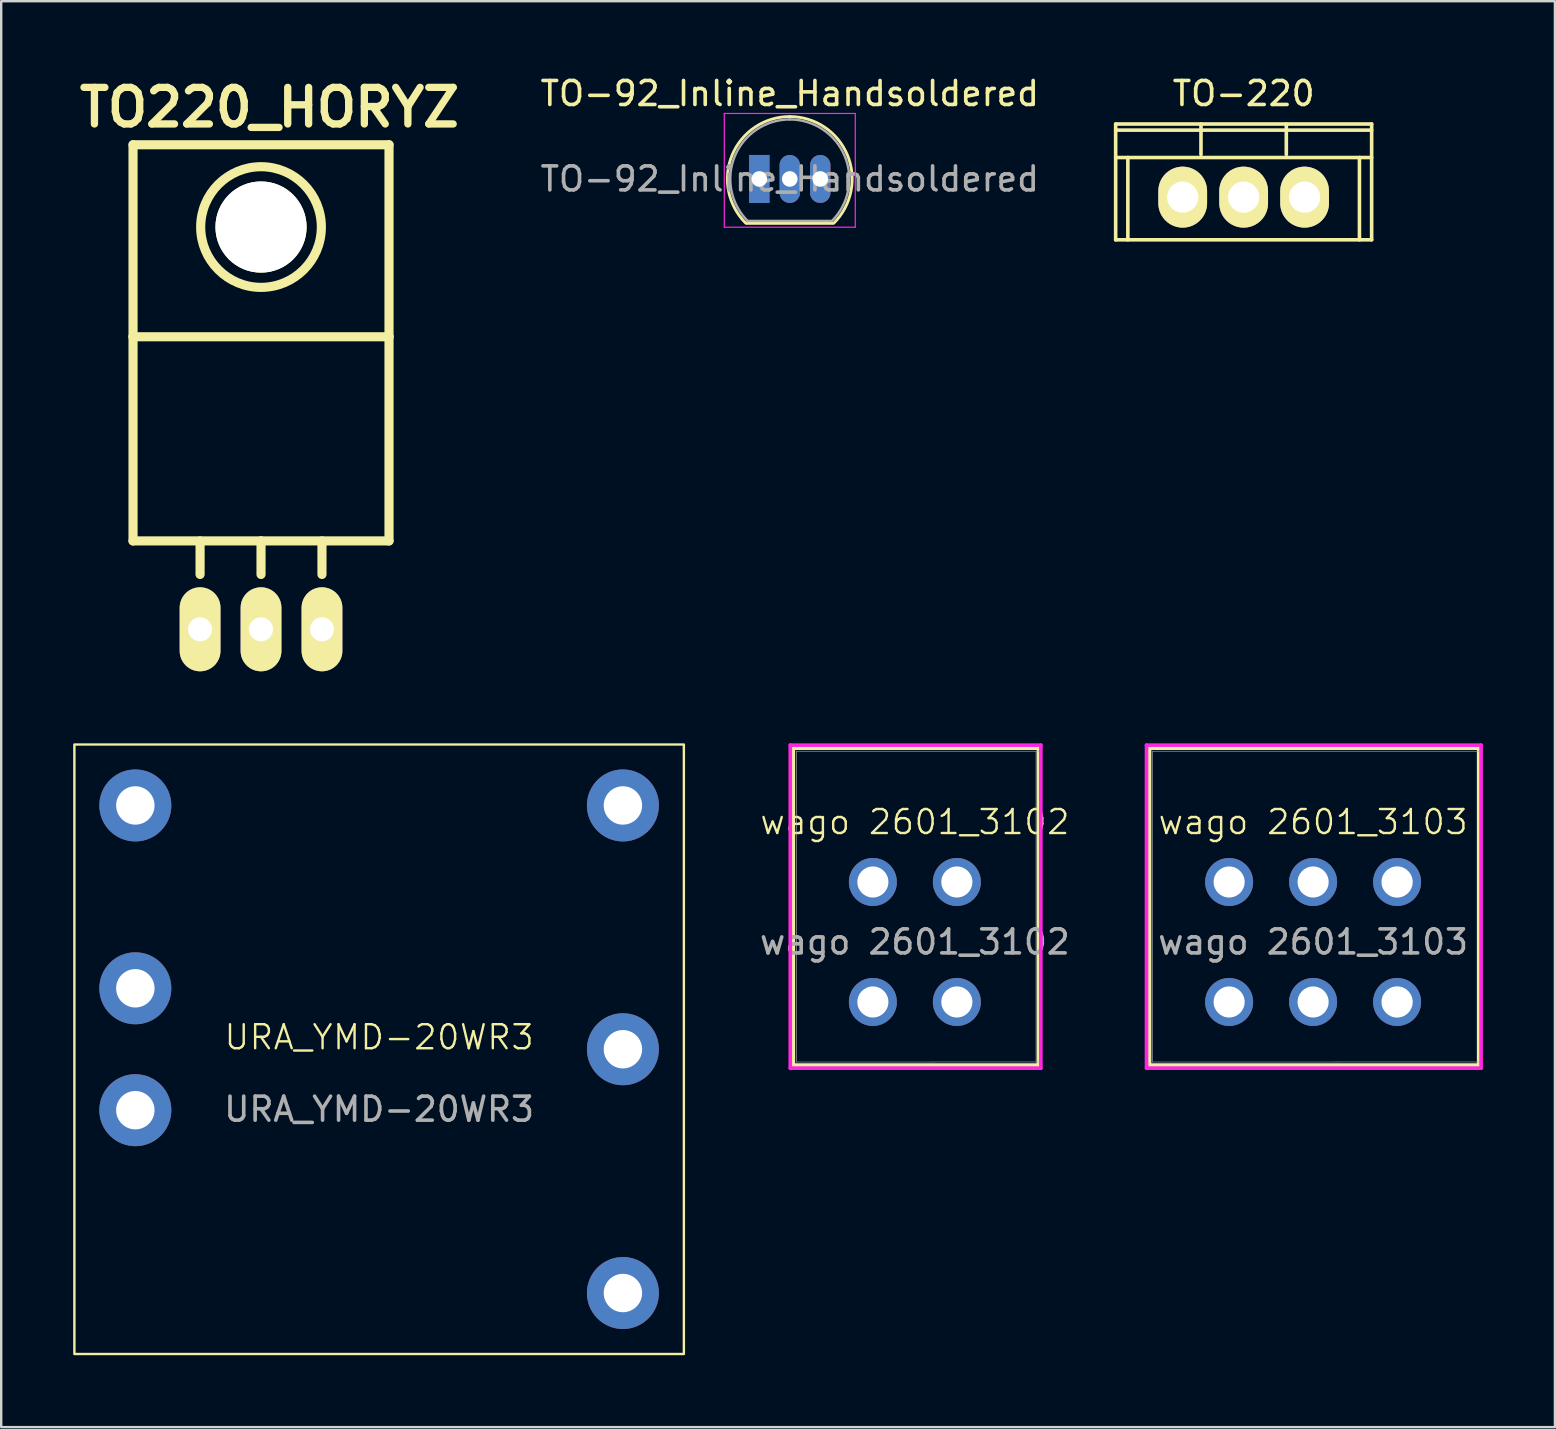
<source format=kicad_pcb>
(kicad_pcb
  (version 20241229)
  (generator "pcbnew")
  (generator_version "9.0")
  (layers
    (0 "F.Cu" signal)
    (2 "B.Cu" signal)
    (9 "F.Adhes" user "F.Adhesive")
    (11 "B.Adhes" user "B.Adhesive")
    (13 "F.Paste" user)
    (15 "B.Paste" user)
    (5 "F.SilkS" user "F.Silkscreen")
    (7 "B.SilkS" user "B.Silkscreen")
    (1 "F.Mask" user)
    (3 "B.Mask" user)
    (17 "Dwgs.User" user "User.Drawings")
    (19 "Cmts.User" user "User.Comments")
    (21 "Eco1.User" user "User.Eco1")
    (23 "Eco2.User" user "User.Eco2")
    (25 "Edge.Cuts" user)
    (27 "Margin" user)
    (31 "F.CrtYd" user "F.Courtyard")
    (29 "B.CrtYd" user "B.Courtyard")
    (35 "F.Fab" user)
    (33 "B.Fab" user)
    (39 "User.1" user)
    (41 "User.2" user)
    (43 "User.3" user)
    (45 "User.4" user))
  (footprint "wago 2601_3103"
    (layer "F.Cu")
    (at 51.674 38.707)
    (property "Reference" "wago 2601_3103" (at 0 -7.5 0) (unlocked yes) (layer "F.SilkS") (effects (font (size 1 1) (thickness 0.1))))
    (attr through_hole)
    (fp_line (start -6.816 -10.577) (end -6.816 2.631) (stroke (width 0.152) (type solid)) (layer "F.SilkS"))
    (fp_line (start -6.816 2.631) (end 6.9 2.631) (stroke (width 0.152) (type solid)) (layer "F.SilkS"))
    (fp_line (start 6.9 -10.577) (end -6.816 -10.577) (stroke (width 0.152) (type solid)) (layer "F.SilkS"))
    (fp_line (start 6.9 2.631) (end 6.9 -10.577) (stroke (width 0.152) (type solid)) (layer "F.SilkS"))
    (fp_line (start -6.943 -10.704) (end -6.943 2.758) (stroke (width 0.152) (type solid)) (layer "F.CrtYd"))
    (fp_line (start -6.943 2.758) (end 7 2.758) (stroke (width 0.152) (type solid)) (layer "F.CrtYd"))
    (fp_line (start 7 -10.704) (end -6.943 -10.704) (stroke (width 0.152) (type solid)) (layer "F.CrtYd"))
    (fp_line (start 7 2.758) (end 7 -10.704) (stroke (width 0.152) (type solid)) (layer "F.CrtYd"))
    (fp_line (start -6.689 -10.45) (end -6.689 2.504) (stroke (width 0.025) (type solid)) (layer "F.Fab"))
    (fp_line (start -6.689 2.504) (end 7 2.5) (stroke (width 0.025) (type solid)) (layer "F.Fab"))
    (fp_line (start 7 -10.45) (end -6.689 -10.45) (stroke (width 0.025) (type solid)) (layer "F.Fab"))
    (fp_line (start 7 2.5) (end 7 -10.45) (stroke (width 0.025) (type solid)) (layer "F.Fab"))
    (fp_text user "${REFERENCE}" (at 0 -2.5 0) (unlocked yes) (layer "F.Fab") (effects (font (size 1 1) (thickness 0.15))))
    (pad "1" thru_hole circle (at -3.5 -5) (size 2 2) (drill 1.295) (layers "*.Cu" "*.Mask"))
    (pad "1" thru_hole circle (at -3.5 0) (size 2 2) (drill 1.295) (layers "*.Cu" "*.Mask"))
    (pad "2" thru_hole circle (at 0 -5) (size 2 2) (drill 1.295) (layers "*.Cu" "*.Mask"))
    (pad "2" thru_hole circle (at 0 0) (size 2 2) (drill 1.295) (layers "*.Cu" "*.Mask"))
    (pad "3" thru_hole circle (at 3.5 -5) (size 2 2) (drill 1.3) (layers "*.Cu" "*.Mask"))
    (pad "3" thru_hole circle (at 3.5 0) (size 2 2) (drill 1.3) (layers "*.Cu" "*.Mask")))
  (footprint "TO-220"
    (layer "F.Cu")
    (at 48.779 5.166)
    (property "Reference" "TO-220" (at 0 -4.318 0) (layer "F.SilkS") (effects (font (size 1 1) (thickness 0.15))))
    (attr through_hole)
    (fp_line (start -5.334 -3.048) (end -5.334 1.778) (stroke (width 0.15) (type solid)) (layer "F.SilkS"))
    (fp_line (start -5.334 -1.651) (end 5.334 -1.651) (stroke (width 0.15) (type solid)) (layer "F.SilkS"))
    (fp_line (start -4.826 -1.651) (end -4.826 1.778) (stroke (width 0.15) (type solid)) (layer "F.SilkS"))
    (fp_line (start -1.778 -1.778) (end -1.778 -3.048) (stroke (width 0.15) (type solid)) (layer "F.SilkS"))
    (fp_line (start 1.778 -1.778) (end 1.778 -3.048) (stroke (width 0.15) (type solid)) (layer "F.SilkS"))
    (fp_line (start 4.826 -1.651) (end 4.826 1.778) (stroke (width 0.15) (type solid)) (layer "F.SilkS"))
    (fp_line (start 5.334 -3.048) (end -5.334 -3.048) (stroke (width 0.15) (type solid)) (layer "F.SilkS"))
    (fp_line (start 5.334 -3.048) (end 5.334 1.778) (stroke (width 0.15) (type solid)) (layer "F.SilkS"))
    (fp_line (start 5.334 -2.794) (end -5.334 -2.794) (stroke (width 0.15) (type solid)) (layer "F.SilkS"))
    (fp_line (start 5.334 1.778) (end -5.334 1.778) (stroke (width 0.15) (type solid)) (layer "F.SilkS"))
    (pad "1" thru_hole oval (at -2.54 0) (size 2.032 2.54) (drill 1.3) (layers "*.Cu" "*.Mask" "F.SilkS"))
    (pad "2" thru_hole oval (at 0 0) (size 2.032 2.54) (drill 1.3) (layers "*.Cu" "*.Mask" "F.SilkS"))
    (pad "3" thru_hole oval (at 2.54 0) (size 2.032 2.54) (drill 1.3) (layers "*.Cu" "*.Mask" "F.SilkS")))
  (footprint "TO-92_Inline_Handsoldered"
    (layer "F.Cu")
    (at 28.594 4.408)
    (property "Reference" "TO-92_Inline_Handsoldered" (at 1.27 -3.56 0) (layer "F.SilkS") (effects (font (size 1 1) (thickness 0.15))))
    (attr through_hole)
    (fp_line (start -0.53 1.85) (end 3.07 1.85) (stroke (width 0.12) (type solid)) (layer "F.SilkS"))
    (fp_arc (start -0.568478 1.838478) (mid -1.132087 -0.994977) (end 1.27 -2.6) (stroke (width 0.12) (type solid)) (layer "F.SilkS"))
    (fp_arc (start 1.27 -2.6) (mid 3.672087 -0.994977) (end 3.108478 1.838478) (stroke (width 0.12) (type solid)) (layer "F.SilkS"))
    (fp_line (start -1.46 -2.73) (end -1.46 2.01) (stroke (width 0.05) (type solid)) (layer "F.CrtYd"))
    (fp_line (start -1.46 -2.73) (end 4 -2.73) (stroke (width 0.05) (type solid)) (layer "F.CrtYd"))
    (fp_line (start 4 2.01) (end -1.46 2.01) (stroke (width 0.05) (type solid)) (layer "F.CrtYd"))
    (fp_line (start 4 2.01) (end 4 -2.73) (stroke (width 0.05) (type solid)) (layer "F.CrtYd"))
    (fp_line (start -0.5 1.75) (end 3 1.75) (stroke (width 0.1) (type solid)) (layer "F.Fab"))
    (fp_arc (start -0.483625 1.753625) (mid -1.021221 -0.949055) (end 1.27 -2.48) (stroke (width 0.1) (type solid)) (layer "F.Fab"))
    (fp_arc (start 1.27 -2.48) (mid 3.561221 -0.949055) (end 3.023625 1.753625) (stroke (width 0.1) (type solid)) (layer "F.Fab"))
    (fp_text user "${REFERENCE}" (at 1.27 0 0) (layer "F.Fab") (effects (font (size 1 1) (thickness 0.15))))
    (pad "1" thru_hole rect (at 0 0) (size 0.85 2) (drill 0.65) (layers "*.Cu" "*.Mask"))
    (pad "2" thru_hole oval (at 1.27 0) (size 0.85 2) (drill 0.65) (layers "*.Cu" "*.Mask"))
    (pad "3" thru_hole oval (at 2.54 0) (size 0.85 2) (drill 0.65) (layers "*.Cu" "*.Mask")))
  (footprint "TO220_HORYZ"
    (layer "F.Cu")
    (at 7.828 23.176)
    (property "Reference" "TO220_HORYZ" (at 0.351 -21.75 0) (layer "F.SilkS") (effects (font (size 1.524 1.524) (thickness 0.305))))
    (attr through_hole)
    (fp_line (start -5.334 -20.193) (end -5.334 -12.192) (stroke (width 0.381) (type solid)) (layer "F.SilkS"))
    (fp_line (start -5.334 -12.192) (end -5.334 -3.683) (stroke (width 0.381) (type solid)) (layer "F.SilkS"))
    (fp_line (start -2.54 -3.683) (end -2.54 -2.286) (stroke (width 0.381) (type solid)) (layer "F.SilkS"))
    (fp_line (start 0 -3.683) (end -5.334 -3.683) (stroke (width 0.381) (type solid)) (layer "F.SilkS"))
    (fp_line (start 0 -3.683) (end 0 -2.286) (stroke (width 0.381) (type solid)) (layer "F.SilkS"))
    (fp_line (start 0 -3.683) (end 5.334 -3.683) (stroke (width 0.381) (type solid)) (layer "F.SilkS"))
    (fp_line (start 2.54 -3.683) (end 2.54 -2.286) (stroke (width 0.381) (type solid)) (layer "F.SilkS"))
    (fp_line (start 5.334 -20.193) (end -5.334 -20.193) (stroke (width 0.381) (type solid)) (layer "F.SilkS"))
    (fp_line (start 5.334 -12.192) (end -5.334 -12.192) (stroke (width 0.381) (type solid)) (layer "F.SilkS"))
    (fp_line (start 5.334 -12.192) (end 5.334 -20.193) (stroke (width 0.381) (type solid)) (layer "F.SilkS"))
    (fp_line (start 5.334 -3.683) (end 5.334 -12.192) (stroke (width 0.381) (type solid)) (layer "F.SilkS"))
    (fp_circle (center 0 -16.764) (end 1.778 -14.986) (stroke (width 0.381) (type solid)) (fill no) (layer "F.SilkS"))
    (pad "" np_thru_hole circle (at 0 -16.764 90) (size 3.8 3.8) (drill 3.8) (layers "*.Cu" "*.Mask" "F.SilkS"))
    (pad "1" thru_hole oval (at -2.54 0 90) (size 3.5 1.699) (drill 1.001) (layers "*.Cu" "*.Mask" "F.SilkS"))
    (pad "2" thru_hole oval (at 0 0 90) (size 3.5 1.699) (drill 1.001) (layers "*.Cu" "*.Mask" "F.SilkS"))
    (pad "3" thru_hole oval (at 2.54 0 90) (size 3.5 1.699) (drill 1.001) (layers "*.Cu" "*.Mask" "F.SilkS")))
  (footprint "URA_YMD-20WR3"
    (layer "F.Cu")
    (at 12.75 40.677)
    (property "Reference" "URA_YMD-20WR3" (at 0 -0.5 0) (unlocked yes) (layer "F.SilkS") (effects (font (size 1 1) (thickness 0.1))))
    (attr through_hole)
    (fp_rect (start -12.7 -12.7) (end 12.7 12.7) (stroke (width 0.1) (type default)) (fill no) (layer "F.SilkS"))
    (fp_text user "${REFERENCE}" (at 0 2.5 0) (unlocked yes) (layer "F.Fab") (effects (font (size 1 1) (thickness 0.15))))
    (pad "1" thru_hole circle (at -10.16 -10.16) (size 3 3) (drill 1.6) (layers "*.Cu" "*.Mask"))
    (pad "2" thru_hole circle (at -10.16 -2.54) (size 3 3) (drill 1.6) (layers "*.Cu" "*.Mask"))
    (pad "3" thru_hole circle (at -10.16 2.54) (size 3 3) (drill 1.6) (layers "*.Cu" "*.Mask"))
    (pad "4" thru_hole circle (at 10.16 -10.16) (size 3 3) (drill 1.6) (layers "*.Cu" "*.Mask"))
    (pad "5" thru_hole circle (at 10.16 0) (size 3 3) (drill 1.6) (layers "*.Cu" "*.Mask"))
    (pad "6" thru_hole circle (at 10.16 10.16) (size 3 3) (drill 1.6) (layers "*.Cu" "*.Mask")))
  (footprint "wago 2601_3102"
    (layer "F.Cu")
    (at 35.077 38.707)
    (property "Reference" "wago 2601_3102" (at 0 -7.5 0) (unlocked yes) (layer "F.SilkS") (effects (font (size 1 1) (thickness 0.1))))
    (attr through_hole)
    (fp_line (start -5.066 -10.577) (end -5.066 2.631) (stroke (width 0.152) (type solid)) (layer "F.SilkS"))
    (fp_line (start -5.066 2.631) (end 5.15 2.631) (stroke (width 0.152) (type solid)) (layer "F.SilkS"))
    (fp_line (start 5.15 -10.577) (end -5.066 -10.577) (stroke (width 0.152) (type solid)) (layer "F.SilkS"))
    (fp_line (start 5.15 2.631) (end 5.15 -10.577) (stroke (width 0.152) (type solid)) (layer "F.SilkS"))
    (fp_line (start -5.193 -10.704) (end -5.193 2.758) (stroke (width 0.152) (type solid)) (layer "F.CrtYd"))
    (fp_line (start -5.193 2.758) (end 5.25 2.758) (stroke (width 0.152) (type solid)) (layer "F.CrtYd"))
    (fp_line (start 5.25 -10.704) (end -5.193 -10.704) (stroke (width 0.152) (type solid)) (layer "F.CrtYd"))
    (fp_line (start 5.25 2.758) (end 5.25 -10.704) (stroke (width 0.152) (type solid)) (layer "F.CrtYd"))
    (fp_line (start -4.939 -10.45) (end -4.939 2.504) (stroke (width 0.025) (type solid)) (layer "F.Fab"))
    (fp_line (start -4.939 2.504) (end 5.25 2.5) (stroke (width 0.025) (type solid)) (layer "F.Fab"))
    (fp_line (start 5.05 2.5) (end 5.05 -10.45) (stroke (width 0.025) (type solid)) (layer "F.Fab"))
    (fp_line (start 5.25 -10.45) (end -4.939 -10.45) (stroke (width 0.025) (type solid)) (layer "F.Fab"))
    (fp_text user "${REFERENCE}" (at 0 -2.5 0) (unlocked yes) (layer "F.Fab") (effects (font (size 1 1) (thickness 0.15))))
    (pad "1" thru_hole circle (at -1.75 -5) (size 2 2) (drill 1.295) (layers "*.Cu" "*.Mask"))
    (pad "1" thru_hole circle (at -1.75 0) (size 2 2) (drill 1.295) (layers "*.Cu" "*.Mask"))
    (pad "2" thru_hole circle (at 1.75 -5) (size 2 2) (drill 1.295) (layers "*.Cu" "*.Mask"))
    (pad "2" thru_hole circle (at 1.75 0) (size 2 2) (drill 1.295) (layers "*.Cu" "*.Mask")))
  (gr_rect
    (start -3 -3)
    (end 61.751 56.427)
    (stroke (width 0.1) (type default))
    (fill no)
    (layer "Edge.Cuts")))
</source>
